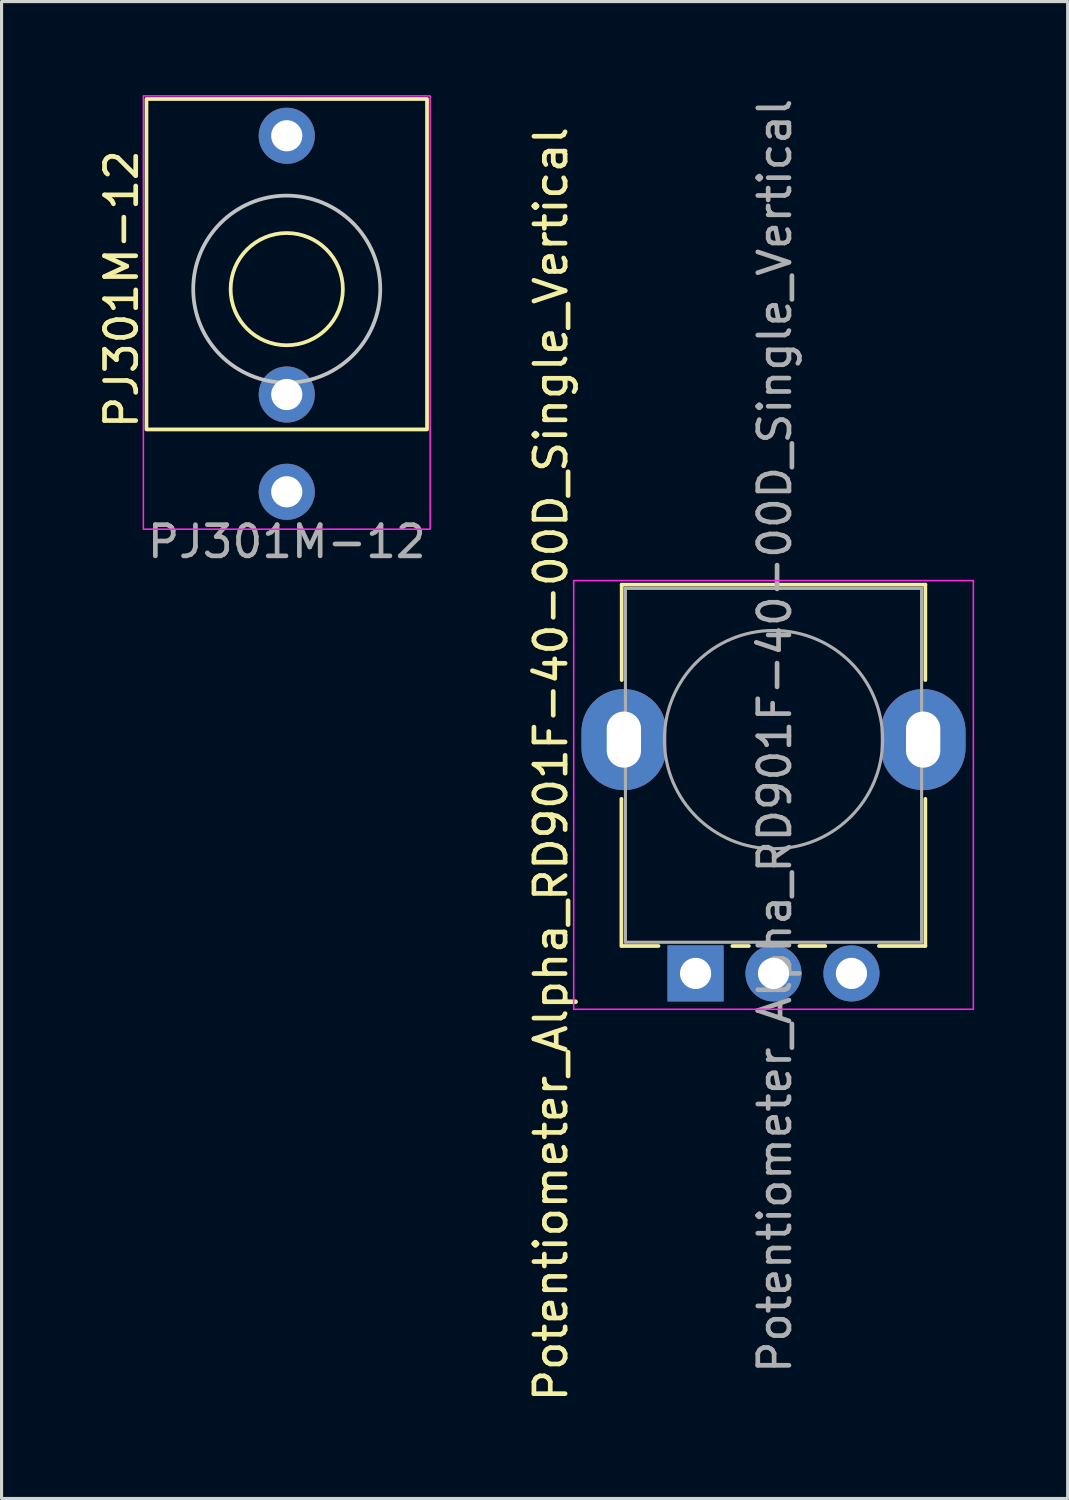
<source format=kicad_pcb>
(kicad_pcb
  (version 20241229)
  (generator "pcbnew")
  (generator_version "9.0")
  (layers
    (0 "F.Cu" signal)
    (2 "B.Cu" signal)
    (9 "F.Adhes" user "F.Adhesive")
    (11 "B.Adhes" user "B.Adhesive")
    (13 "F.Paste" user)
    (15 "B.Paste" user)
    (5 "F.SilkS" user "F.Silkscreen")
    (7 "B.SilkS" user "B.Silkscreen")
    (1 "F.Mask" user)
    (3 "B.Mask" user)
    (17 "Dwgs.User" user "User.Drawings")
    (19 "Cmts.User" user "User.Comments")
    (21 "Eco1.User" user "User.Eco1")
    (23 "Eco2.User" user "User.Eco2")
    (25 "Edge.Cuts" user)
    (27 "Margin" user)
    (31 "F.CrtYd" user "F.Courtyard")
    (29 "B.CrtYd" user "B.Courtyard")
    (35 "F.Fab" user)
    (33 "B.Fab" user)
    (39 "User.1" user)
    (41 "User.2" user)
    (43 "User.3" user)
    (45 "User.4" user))
  (footprint "PJ301M-12"
    (layer "F.Cu")
    (at 6.148 6.225)
    (property "Reference" "PJ301M-12" (at -5.3 0 90) (unlocked yes) (layer "F.SilkS") (effects (font (size 1 1) (thickness 0.15))))
    (attr through_hole)
    (fp_rect (start 4.5 -6.1) (end -4.5 4.5) (stroke (width 0.12) (type solid)) (fill no) (layer "F.SilkS"))
    (fp_circle (center 0 0) (end 1.8 0) (stroke (width 0.12) (type solid)) (fill no) (layer "F.SilkS"))
    (fp_circle (center 0 0) (end 3 0) (stroke (width 0.12) (type solid)) (fill no) (layer "Dwgs.User"))
    (fp_rect (start -4.6 -6.2) (end 4.6 7.7) (stroke (width 0.05) (type solid)) (fill no) (layer "F.CrtYd"))
    (fp_text user "${REFERENCE}" (at 0 8.1 0) (unlocked yes) (layer "F.Fab") (effects (font (size 1 1) (thickness 0.15))))
    (pad "S" thru_hole circle (at 0 6.5) (size 1.8 1.8) (drill 1) (layers "*.Cu" "*.Mask"))
    (pad "T" thru_hole circle (at 0 -4.92) (size 1.8 1.8) (drill 1) (layers "*.Cu" "*.Mask"))
    (pad "TN" thru_hole oval (at 0 3.38) (size 1.8 1.8) (drill oval 1) (layers "*.Cu" "*.Mask")))
  (footprint "Potentiometer_Alpha_RD901F-40-00D_Single_Vertical"
    (layer "F.Cu")
    (at 21.762 20.674)
    (property "Reference" "Potentiometer_Alpha_RD901F-40-00D_Single_Vertical" (at -7.14 0.79 270) (layer "F.SilkS") (effects (font (size 1 1) (thickness 0.15))))
    (attr through_hole)
    (fp_line (start -4.88 6.62) (end -4.88 1.9) (stroke (width 0.12) (type solid)) (layer "F.SilkS"))
    (fp_line (start -4.87 -1.91) (end -4.87 -4.97) (stroke (width 0.12) (type solid)) (layer "F.SilkS"))
    (fp_line (start -3.69 6.62) (end -4.87 6.62) (stroke (width 0.12) (type solid)) (layer "F.SilkS"))
    (fp_line (start -0.79 6.62) (end -1.32 6.62) (stroke (width 0.12) (type solid)) (layer "F.SilkS"))
    (fp_line (start 1.66 6.62) (end 0.83 6.62) (stroke (width 0.12) (type solid)) (layer "F.SilkS"))
    (fp_line (start 4.87 -4.97) (end -4.87 -4.97) (stroke (width 0.12) (type solid)) (layer "F.SilkS"))
    (fp_line (start 4.87 -1.91) (end 4.87 -4.97) (stroke (width 0.12) (type solid)) (layer "F.SilkS"))
    (fp_line (start 4.87 6.62) (end 3.38 6.62) (stroke (width 0.12) (type solid)) (layer "F.SilkS"))
    (fp_line (start 4.87 6.62) (end 4.87 1.9) (stroke (width 0.12) (type solid)) (layer "F.SilkS"))
    (fp_line (start -6.41 -5.1) (end -6.41 8.65) (stroke (width 0.05) (type solid)) (layer "F.CrtYd"))
    (fp_line (start -6.41 8.65) (end 6.41 8.65) (stroke (width 0.05) (type solid)) (layer "F.CrtYd"))
    (fp_line (start 6.41 -5.1) (end -6.41 -5.1) (stroke (width 0.05) (type solid)) (layer "F.CrtYd"))
    (fp_line (start 6.41 8.65) (end 6.41 -5.1) (stroke (width 0.05) (type solid)) (layer "F.CrtYd"))
    (fp_line (start -4.75 6.5) (end -4.75 -4.85) (stroke (width 0.1) (type solid)) (layer "F.Fab"))
    (fp_line (start 4.75 -4.85) (end -4.75 -4.85) (stroke (width 0.1) (type solid)) (layer "F.Fab"))
    (fp_line (start 4.75 6.5) (end -4.75 6.5) (stroke (width 0.1) (type solid)) (layer "F.Fab"))
    (fp_line (start 4.75 6.5) (end 4.75 -4.85) (stroke (width 0.1) (type solid)) (layer "F.Fab"))
    (fp_circle (center 0 0) (end -3.5 0) (stroke (width 0.1) (type solid)) (fill no) (layer "F.Fab"))
    (fp_text user "${REFERENCE}" (at 0.04 -0.12 90) (layer "F.Fab") (effects (font (size 1 1) (thickness 0.15))))
    (pad "" thru_hole oval (at -4.8 0 180) (size 2.72 3.24) (drill oval 1.1 1.8) (layers "*.Cu" "*.Mask"))
    (pad "" thru_hole oval (at 4.8 0 180) (size 2.72 3.24) (drill oval 1.1 1.8) (layers "*.Cu" "*.Mask"))
    (pad "1" thru_hole rect (at -2.5 7.5 180) (size 1.8 1.8) (drill 1) (layers "*.Cu" "*.Mask"))
    (pad "2" thru_hole circle (at 0 7.5 180) (size 1.8 1.8) (drill 1) (layers "*.Cu" "*.Mask"))
    (pad "3" thru_hole circle (at 2.5 7.5 180) (size 1.8 1.8) (drill 1) (layers "*.Cu" "*.Mask")))
  (gr_rect
    (start -3 -3)
    (end 31.197 45.017)
    (stroke (width 0.1) (type default))
    (fill no)
    (layer "Edge.Cuts")))
</source>
